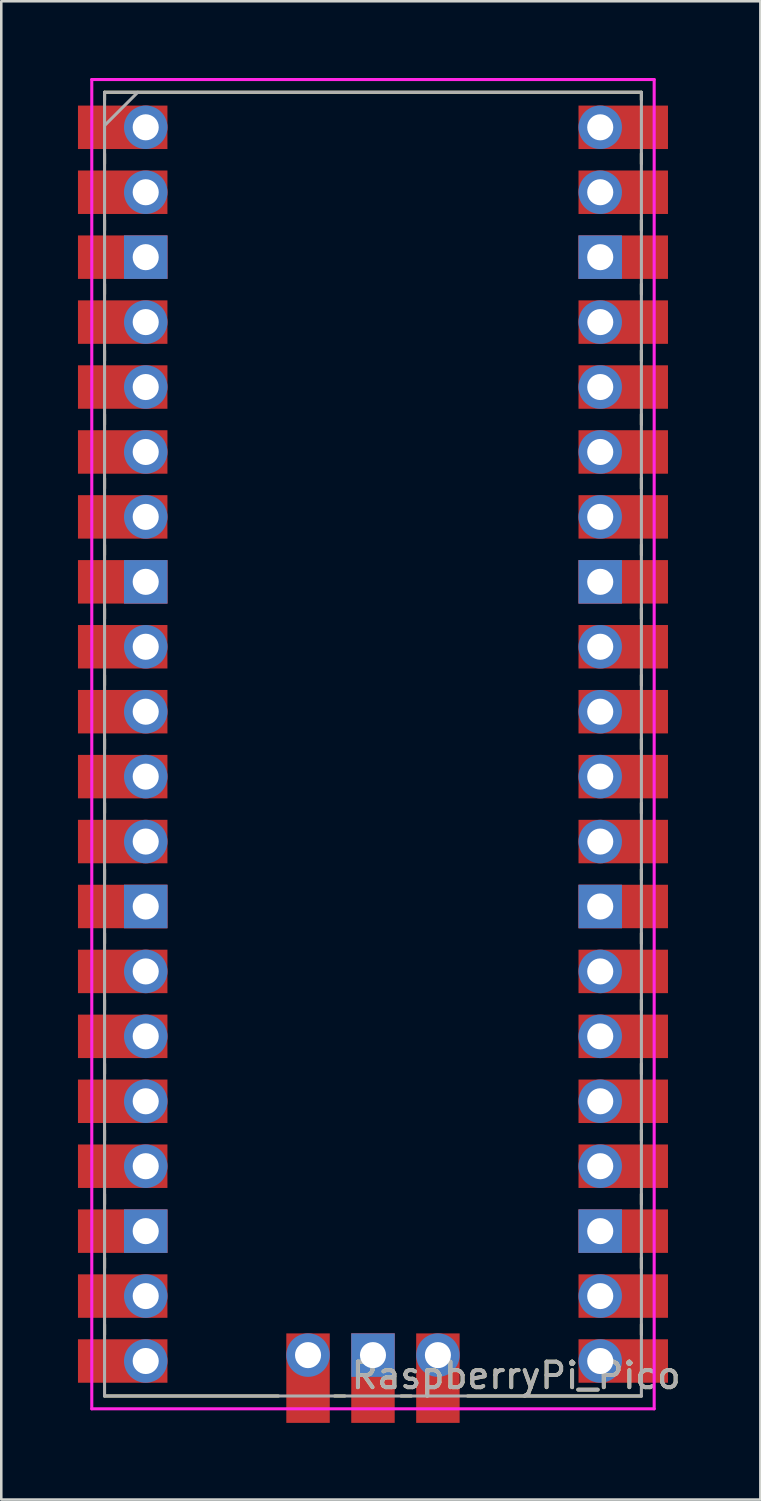
<source format=kicad_pcb>
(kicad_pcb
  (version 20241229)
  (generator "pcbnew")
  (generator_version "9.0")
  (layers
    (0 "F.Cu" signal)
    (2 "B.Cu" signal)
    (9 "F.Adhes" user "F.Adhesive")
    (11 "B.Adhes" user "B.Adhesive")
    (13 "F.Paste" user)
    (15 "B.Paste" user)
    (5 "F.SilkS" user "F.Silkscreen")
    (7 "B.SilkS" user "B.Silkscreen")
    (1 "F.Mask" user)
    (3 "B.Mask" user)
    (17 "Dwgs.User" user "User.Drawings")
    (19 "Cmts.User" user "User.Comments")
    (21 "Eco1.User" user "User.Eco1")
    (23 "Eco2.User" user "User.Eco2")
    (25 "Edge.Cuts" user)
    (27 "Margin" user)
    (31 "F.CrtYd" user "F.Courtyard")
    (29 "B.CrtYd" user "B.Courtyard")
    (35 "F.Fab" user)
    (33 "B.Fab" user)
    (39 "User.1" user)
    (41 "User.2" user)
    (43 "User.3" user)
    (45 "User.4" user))
  (footprint "RaspberryPi_Pico"
    (layer "F.Cu")
    (at 11.54 26.06)
    (property "Reference" "RaspberryPi_Pico" (at 5.6 24.7 0) (layer "F.SilkS") (effects (font (size 1 1) (thickness 0.15))))
    (attr smd)
    (fp_line (start -10.5 -25.5) (end -10.5 -25.2) (stroke (width 0.12) (type solid)) (layer "F.SilkS"))
    (fp_line (start -10.5 -25.5) (end 10.5 -25.5) (stroke (width 0.12) (type solid)) (layer "F.SilkS"))
    (fp_line (start -10.5 -23.1) (end -10.5 -22.7) (stroke (width 0.12) (type solid)) (layer "F.SilkS"))
    (fp_line (start -10.5 -20.5) (end -10.5 -20.1) (stroke (width 0.12) (type solid)) (layer "F.SilkS"))
    (fp_line (start -10.5 -18) (end -10.5 -17.6) (stroke (width 0.12) (type solid)) (layer "F.SilkS"))
    (fp_line (start -10.5 -15.4) (end -10.5 -15) (stroke (width 0.12) (type solid)) (layer "F.SilkS"))
    (fp_line (start -10.5 -12.9) (end -10.5 -12.5) (stroke (width 0.12) (type solid)) (layer "F.SilkS"))
    (fp_line (start -10.5 -10.4) (end -10.5 -10) (stroke (width 0.12) (type solid)) (layer "F.SilkS"))
    (fp_line (start -10.5 -7.8) (end -10.5 -7.4) (stroke (width 0.12) (type solid)) (layer "F.SilkS"))
    (fp_line (start -10.5 -5.3) (end -10.5 -4.9) (stroke (width 0.12) (type solid)) (layer "F.SilkS"))
    (fp_line (start -10.5 -2.7) (end -10.5 -2.3) (stroke (width 0.12) (type solid)) (layer "F.SilkS"))
    (fp_line (start -10.5 -0.2) (end -10.5 0.2) (stroke (width 0.12) (type solid)) (layer "F.SilkS"))
    (fp_line (start -10.5 2.3) (end -10.5 2.7) (stroke (width 0.12) (type solid)) (layer "F.SilkS"))
    (fp_line (start -10.5 4.9) (end -10.5 5.3) (stroke (width 0.12) (type solid)) (layer "F.SilkS"))
    (fp_line (start -10.5 7.4) (end -10.5 7.8) (stroke (width 0.12) (type solid)) (layer "F.SilkS"))
    (fp_line (start -10.5 10) (end -10.5 10.4) (stroke (width 0.12) (type solid)) (layer "F.SilkS"))
    (fp_line (start -10.5 12.5) (end -10.5 12.9) (stroke (width 0.12) (type solid)) (layer "F.SilkS"))
    (fp_line (start -10.5 15.1) (end -10.5 15.5) (stroke (width 0.12) (type solid)) (layer "F.SilkS"))
    (fp_line (start -10.5 17.6) (end -10.5 18) (stroke (width 0.12) (type solid)) (layer "F.SilkS"))
    (fp_line (start -10.5 20.1) (end -10.5 20.5) (stroke (width 0.12) (type solid)) (layer "F.SilkS"))
    (fp_line (start -10.5 22.7) (end -10.5 23.1) (stroke (width 0.12) (type solid)) (layer "F.SilkS"))
    (fp_line (start -3.7 25.5) (end -10.5 25.5) (stroke (width 0.12) (type solid)) (layer "F.SilkS"))
    (fp_line (start -1.5 25.5) (end -1.1 25.5) (stroke (width 0.12) (type solid)) (layer "F.SilkS"))
    (fp_line (start 1.1 25.5) (end 1.5 25.5) (stroke (width 0.12) (type solid)) (layer "F.SilkS"))
    (fp_line (start 10.5 -25.5) (end 10.5 -25.2) (stroke (width 0.12) (type solid)) (layer "F.SilkS"))
    (fp_line (start 10.5 -23.1) (end 10.5 -22.7) (stroke (width 0.12) (type solid)) (layer "F.SilkS"))
    (fp_line (start 10.5 -20.5) (end 10.5 -20.1) (stroke (width 0.12) (type solid)) (layer "F.SilkS"))
    (fp_line (start 10.5 -18) (end 10.5 -17.6) (stroke (width 0.12) (type solid)) (layer "F.SilkS"))
    (fp_line (start 10.5 -15.4) (end 10.5 -15) (stroke (width 0.12) (type solid)) (layer "F.SilkS"))
    (fp_line (start 10.5 -12.9) (end 10.5 -12.5) (stroke (width 0.12) (type solid)) (layer "F.SilkS"))
    (fp_line (start 10.5 -10.4) (end 10.5 -10) (stroke (width 0.12) (type solid)) (layer "F.SilkS"))
    (fp_line (start 10.5 -7.8) (end 10.5 -7.4) (stroke (width 0.12) (type solid)) (layer "F.SilkS"))
    (fp_line (start 10.5 -5.3) (end 10.5 -4.9) (stroke (width 0.12) (type solid)) (layer "F.SilkS"))
    (fp_line (start 10.5 -2.7) (end 10.5 -2.3) (stroke (width 0.12) (type solid)) (layer "F.SilkS"))
    (fp_line (start 10.5 -0.2) (end 10.5 0.2) (stroke (width 0.12) (type solid)) (layer "F.SilkS"))
    (fp_line (start 10.5 2.3) (end 10.5 2.7) (stroke (width 0.12) (type solid)) (layer "F.SilkS"))
    (fp_line (start 10.5 4.9) (end 10.5 5.3) (stroke (width 0.12) (type solid)) (layer "F.SilkS"))
    (fp_line (start 10.5 7.4) (end 10.5 7.8) (stroke (width 0.12) (type solid)) (layer "F.SilkS"))
    (fp_line (start 10.5 10) (end 10.5 10.4) (stroke (width 0.12) (type solid)) (layer "F.SilkS"))
    (fp_line (start 10.5 12.5) (end 10.5 12.9) (stroke (width 0.12) (type solid)) (layer "F.SilkS"))
    (fp_line (start 10.5 15.1) (end 10.5 15.5) (stroke (width 0.12) (type solid)) (layer "F.SilkS"))
    (fp_line (start 10.5 17.6) (end 10.5 18) (stroke (width 0.12) (type solid)) (layer "F.SilkS"))
    (fp_line (start 10.5 20.1) (end 10.5 20.5) (stroke (width 0.12) (type solid)) (layer "F.SilkS"))
    (fp_line (start 10.5 22.7) (end 10.5 23.1) (stroke (width 0.12) (type solid)) (layer "F.SilkS"))
    (fp_line (start 10.5 25.5) (end 3.7 25.5) (stroke (width 0.12) (type solid)) (layer "F.SilkS"))
    (fp_line (start -11 -26) (end 11 -26) (stroke (width 0.12) (type solid)) (layer "F.CrtYd"))
    (fp_line (start -11 26) (end -11 -26) (stroke (width 0.12) (type solid)) (layer "F.CrtYd"))
    (fp_line (start 11 -26) (end 11 26) (stroke (width 0.12) (type solid)) (layer "F.CrtYd"))
    (fp_line (start 11 26) (end -11 26) (stroke (width 0.12) (type solid)) (layer "F.CrtYd"))
    (fp_line (start -10.5 -25.5) (end 10.5 -25.5) (stroke (width 0.12) (type solid)) (layer "F.Fab"))
    (fp_line (start -10.5 -24.2) (end -9.2 -25.5) (stroke (width 0.12) (type solid)) (layer "F.Fab"))
    (fp_line (start -10.5 25.5) (end -10.5 -25.5) (stroke (width 0.12) (type solid)) (layer "F.Fab"))
    (fp_line (start 10.5 -25.5) (end 10.5 25.5) (stroke (width 0.12) (type solid)) (layer "F.Fab"))
    (fp_line (start 10.5 25.5) (end -10.5 25.5) (stroke (width 0.12) (type solid)) (layer "F.Fab"))
    (fp_text user "${REFERENCE}" (at 5.6 24.7 180) (layer "F.Fab") (effects (font (size 1 1) (thickness 0.15))))
    (pad "1" thru_hole oval (at -8.89 -24.13) (size 1.7 1.7) (drill 1.02) (layers "*.Cu" "*.Mask"))
    (pad "1" smd rect (at -8.89 -24.13) (size 3.5 1.7) (drill (offset -0.9 0)) (layers "F.Cu" "F.Mask"))
    (pad "2" thru_hole oval (at -8.89 -21.59) (size 1.7 1.7) (drill 1.02) (layers "*.Cu" "*.Mask"))
    (pad "2" smd rect (at -8.89 -21.59) (size 3.5 1.7) (drill (offset -0.9 0)) (layers "F.Cu" "F.Mask"))
    (pad "3" thru_hole rect (at -8.89 -19.05) (size 1.7 1.7) (drill 1.02) (layers "*.Cu" "*.Mask"))
    (pad "3" smd rect (at -8.89 -19.05) (size 3.5 1.7) (drill (offset -0.9 0)) (layers "F.Cu" "F.Mask"))
    (pad "4" thru_hole oval (at -8.89 -16.51) (size 1.7 1.7) (drill 1.02) (layers "*.Cu" "*.Mask"))
    (pad "4" smd rect (at -8.89 -16.51) (size 3.5 1.7) (drill (offset -0.9 0)) (layers "F.Cu" "F.Mask"))
    (pad "5" thru_hole oval (at -8.89 -13.97) (size 1.7 1.7) (drill 1.02) (layers "*.Cu" "*.Mask"))
    (pad "5" smd rect (at -8.89 -13.97) (size 3.5 1.7) (drill (offset -0.9 0)) (layers "F.Cu" "F.Mask"))
    (pad "6" thru_hole oval (at -8.89 -11.43) (size 1.7 1.7) (drill 1.02) (layers "*.Cu" "*.Mask"))
    (pad "6" smd rect (at -8.89 -11.43) (size 3.5 1.7) (drill (offset -0.9 0)) (layers "F.Cu" "F.Mask"))
    (pad "7" thru_hole oval (at -8.89 -8.89) (size 1.7 1.7) (drill 1.02) (layers "*.Cu" "*.Mask"))
    (pad "7" smd rect (at -8.89 -8.89) (size 3.5 1.7) (drill (offset -0.9 0)) (layers "F.Cu" "F.Mask"))
    (pad "8" thru_hole rect (at -8.89 -6.35) (size 1.7 1.7) (drill 1.02) (layers "*.Cu" "*.Mask"))
    (pad "8" smd rect (at -8.89 -6.35) (size 3.5 1.7) (drill (offset -0.9 0)) (layers "F.Cu" "F.Mask"))
    (pad "9" thru_hole oval (at -8.89 -3.81) (size 1.7 1.7) (drill 1.02) (layers "*.Cu" "*.Mask"))
    (pad "9" smd rect (at -8.89 -3.81) (size 3.5 1.7) (drill (offset -0.9 0)) (layers "F.Cu" "F.Mask"))
    (pad "10" thru_hole oval (at -8.89 -1.27) (size 1.7 1.7) (drill 1.02) (layers "*.Cu" "*.Mask"))
    (pad "10" smd rect (at -8.89 -1.27) (size 3.5 1.7) (drill (offset -0.9 0)) (layers "F.Cu" "F.Mask"))
    (pad "11" thru_hole oval (at -8.89 1.27) (size 1.7 1.7) (drill 1.02) (layers "*.Cu" "*.Mask"))
    (pad "11" smd rect (at -8.89 1.27) (size 3.5 1.7) (drill (offset -0.9 0)) (layers "F.Cu" "F.Mask"))
    (pad "12" thru_hole oval (at -8.89 3.81) (size 1.7 1.7) (drill 1.02) (layers "*.Cu" "*.Mask"))
    (pad "12" smd rect (at -8.89 3.81) (size 3.5 1.7) (drill (offset -0.9 0)) (layers "F.Cu" "F.Mask"))
    (pad "13" thru_hole rect (at -8.89 6.35) (size 1.7 1.7) (drill 1.02) (layers "*.Cu" "*.Mask"))
    (pad "13" smd rect (at -8.89 6.35) (size 3.5 1.7) (drill (offset -0.9 0)) (layers "F.Cu" "F.Mask"))
    (pad "14" thru_hole oval (at -8.89 8.89) (size 1.7 1.7) (drill 1.02) (layers "*.Cu" "*.Mask"))
    (pad "14" smd rect (at -8.89 8.89) (size 3.5 1.7) (drill (offset -0.9 0)) (layers "F.Cu" "F.Mask"))
    (pad "15" thru_hole oval (at -8.89 11.43) (size 1.7 1.7) (drill 1.02) (layers "*.Cu" "*.Mask"))
    (pad "15" smd rect (at -8.89 11.43) (size 3.5 1.7) (drill (offset -0.9 0)) (layers "F.Cu" "F.Mask"))
    (pad "16" thru_hole oval (at -8.89 13.97) (size 1.7 1.7) (drill 1.02) (layers "*.Cu" "*.Mask"))
    (pad "16" smd rect (at -8.89 13.97) (size 3.5 1.7) (drill (offset -0.9 0)) (layers "F.Cu" "F.Mask"))
    (pad "17" thru_hole oval (at -8.89 16.51) (size 1.7 1.7) (drill 1.02) (layers "*.Cu" "*.Mask"))
    (pad "17" smd rect (at -8.89 16.51) (size 3.5 1.7) (drill (offset -0.9 0)) (layers "F.Cu" "F.Mask"))
    (pad "18" thru_hole rect (at -8.89 19.05) (size 1.7 1.7) (drill 1.02) (layers "*.Cu" "*.Mask"))
    (pad "18" smd rect (at -8.89 19.05) (size 3.5 1.7) (drill (offset -0.9 0)) (layers "F.Cu" "F.Mask"))
    (pad "19" thru_hole oval (at -8.89 21.59) (size 1.7 1.7) (drill 1.02) (layers "*.Cu" "*.Mask"))
    (pad "19" smd rect (at -8.89 21.59) (size 3.5 1.7) (drill (offset -0.9 0)) (layers "F.Cu" "F.Mask"))
    (pad "20" thru_hole oval (at -8.89 24.13) (size 1.7 1.7) (drill 1.02) (layers "*.Cu" "*.Mask"))
    (pad "20" smd rect (at -8.89 24.13) (size 3.5 1.7) (drill (offset -0.9 0)) (layers "F.Cu" "F.Mask"))
    (pad "21" thru_hole oval (at 8.89 24.13) (size 1.7 1.7) (drill 1.02) (layers "*.Cu" "*.Mask"))
    (pad "21" smd rect (at 8.89 24.13) (size 3.5 1.7) (drill (offset 0.9 0)) (layers "F.Cu" "F.Mask"))
    (pad "22" thru_hole oval (at 8.89 21.59) (size 1.7 1.7) (drill 1.02) (layers "*.Cu" "*.Mask"))
    (pad "22" smd rect (at 8.89 21.59) (size 3.5 1.7) (drill (offset 0.9 0)) (layers "F.Cu" "F.Mask"))
    (pad "23" thru_hole rect (at 8.89 19.05) (size 1.7 1.7) (drill 1.02) (layers "*.Cu" "*.Mask"))
    (pad "23" smd rect (at 8.89 19.05) (size 3.5 1.7) (drill (offset 0.9 0)) (layers "F.Cu" "F.Mask"))
    (pad "24" thru_hole oval (at 8.89 16.51) (size 1.7 1.7) (drill 1.02) (layers "*.Cu" "*.Mask"))
    (pad "24" smd rect (at 8.89 16.51) (size 3.5 1.7) (drill (offset 0.9 0)) (layers "F.Cu" "F.Mask"))
    (pad "25" thru_hole oval (at 8.89 13.97) (size 1.7 1.7) (drill 1.02) (layers "*.Cu" "*.Mask"))
    (pad "25" smd rect (at 8.89 13.97) (size 3.5 1.7) (drill (offset 0.9 0)) (layers "F.Cu" "F.Mask"))
    (pad "26" thru_hole oval (at 8.89 11.43) (size 1.7 1.7) (drill 1.02) (layers "*.Cu" "*.Mask"))
    (pad "26" smd rect (at 8.89 11.43) (size 3.5 1.7) (drill (offset 0.9 0)) (layers "F.Cu" "F.Mask"))
    (pad "27" thru_hole oval (at 8.89 8.89) (size 1.7 1.7) (drill 1.02) (layers "*.Cu" "*.Mask"))
    (pad "27" smd rect (at 8.89 8.89) (size 3.5 1.7) (drill (offset 0.9 0)) (layers "F.Cu" "F.Mask"))
    (pad "28" thru_hole rect (at 8.89 6.35) (size 1.7 1.7) (drill 1.02) (layers "*.Cu" "*.Mask"))
    (pad "28" smd rect (at 8.89 6.35) (size 3.5 1.7) (drill (offset 0.9 0)) (layers "F.Cu" "F.Mask"))
    (pad "29" thru_hole oval (at 8.89 3.81) (size 1.7 1.7) (drill 1.02) (layers "*.Cu" "*.Mask"))
    (pad "29" smd rect (at 8.89 3.81) (size 3.5 1.7) (drill (offset 0.9 0)) (layers "F.Cu" "F.Mask"))
    (pad "30" thru_hole oval (at 8.89 1.27) (size 1.7 1.7) (drill 1.02) (layers "*.Cu" "*.Mask"))
    (pad "30" smd rect (at 8.89 1.27) (size 3.5 1.7) (drill (offset 0.9 0)) (layers "F.Cu" "F.Mask"))
    (pad "31" thru_hole oval (at 8.89 -1.27) (size 1.7 1.7) (drill 1.02) (layers "*.Cu" "*.Mask"))
    (pad "31" smd rect (at 8.89 -1.27) (size 3.5 1.7) (drill (offset 0.9 0)) (layers "F.Cu" "F.Mask"))
    (pad "32" thru_hole oval (at 8.89 -3.81) (size 1.7 1.7) (drill 1.02) (layers "*.Cu" "*.Mask"))
    (pad "32" smd rect (at 8.89 -3.81) (size 3.5 1.7) (drill (offset 0.9 0)) (layers "F.Cu" "F.Mask"))
    (pad "33" thru_hole rect (at 8.89 -6.35) (size 1.7 1.7) (drill 1.02) (layers "*.Cu" "*.Mask"))
    (pad "33" smd rect (at 8.89 -6.35) (size 3.5 1.7) (drill (offset 0.9 0)) (layers "F.Cu" "F.Mask"))
    (pad "34" thru_hole oval (at 8.89 -8.89) (size 1.7 1.7) (drill 1.02) (layers "*.Cu" "*.Mask"))
    (pad "34" smd rect (at 8.89 -8.89) (size 3.5 1.7) (drill (offset 0.9 0)) (layers "F.Cu" "F.Mask"))
    (pad "35" thru_hole oval (at 8.89 -11.43) (size 1.7 1.7) (drill 1.02) (layers "*.Cu" "*.Mask"))
    (pad "35" smd rect (at 8.89 -11.43) (size 3.5 1.7) (drill (offset 0.9 0)) (layers "F.Cu" "F.Mask"))
    (pad "36" thru_hole oval (at 8.89 -13.97) (size 1.7 1.7) (drill 1.02) (layers "*.Cu" "*.Mask"))
    (pad "36" smd rect (at 8.89 -13.97) (size 3.5 1.7) (drill (offset 0.9 0)) (layers "F.Cu" "F.Mask"))
    (pad "37" thru_hole oval (at 8.89 -16.51) (size 1.7 1.7) (drill 1.02) (layers "*.Cu" "*.Mask"))
    (pad "37" smd rect (at 8.89 -16.51) (size 3.5 1.7) (drill (offset 0.9 0)) (layers "F.Cu" "F.Mask"))
    (pad "38" thru_hole rect (at 8.89 -19.05) (size 1.7 1.7) (drill 1.02) (layers "*.Cu" "*.Mask"))
    (pad "38" smd rect (at 8.89 -19.05) (size 3.5 1.7) (drill (offset 0.9 0)) (layers "F.Cu" "F.Mask"))
    (pad "39" thru_hole oval (at 8.89 -21.59) (size 1.7 1.7) (drill 1.02) (layers "*.Cu" "*.Mask"))
    (pad "39" smd rect (at 8.89 -21.59) (size 3.5 1.7) (drill (offset 0.9 0)) (layers "F.Cu" "F.Mask"))
    (pad "40" thru_hole oval (at 8.89 -24.13) (size 1.7 1.7) (drill 1.02) (layers "*.Cu" "*.Mask"))
    (pad "40" smd rect (at 8.89 -24.13) (size 3.5 1.7) (drill (offset 0.9 0)) (layers "F.Cu" "F.Mask"))
    (pad "41" thru_hole oval (at -2.54 23.9) (size 1.7 1.7) (drill 1.02) (layers "*.Cu" "*.Mask"))
    (pad "41" smd rect (at -2.54 23.9 90) (size 3.5 1.7) (drill (offset -0.9 0)) (layers "F.Cu" "F.Mask"))
    (pad "42" thru_hole rect (at 0 23.9) (size 1.7 1.7) (drill 1.02) (layers "*.Cu" "*.Mask"))
    (pad "42" smd rect (at 0 23.9 90) (size 3.5 1.7) (drill (offset -0.9 0)) (layers "F.Cu" "F.Mask"))
    (pad "43" thru_hole oval (at 2.54 23.9) (size 1.7 1.7) (drill 1.02) (layers "*.Cu" "*.Mask"))
    (pad "43" smd rect (at 2.54 23.9 90) (size 3.5 1.7) (drill (offset -0.9 0)) (layers "F.Cu" "F.Mask"))
    (zone (net_name "") (layer "F.Cu") (hatch edge 0.508) (connect_pads) (min_thickness 0.254) (filled_areas_thickness no) (keepout (tracks not_allowed) (vias not_allowed) (pads not_allowed) (copperpour not_allowed) (footprints allowed)) (placement (enabled no)) (fill) (polygon (pts (xy 10.14 14.66) (xy 7.94 14.66) (xy 7.94 7.46) (xy 10.14 7.46))))
    (zone (net_name "") (layer "F.Cu") (hatch edge 0.508) (connect_pads) (min_thickness 0.254) (filled_areas_thickness no) (keepout (tracks not_allowed) (vias not_allowed) (pads not_allowed) (copperpour not_allowed) (footprints allowed)) (placement (enabled no)) (fill) (polygon (pts (xy 15.34 5.96) (xy 7.74 5.96) (xy 7.74 1.06) (xy 15.34 1.06)))))
  (gr_rect
    (start -3 -3)
    (end 26.694 55.61)
    (stroke (width 0.1) (type default))
    (fill no)
    (layer "Edge.Cuts")))
</source>
